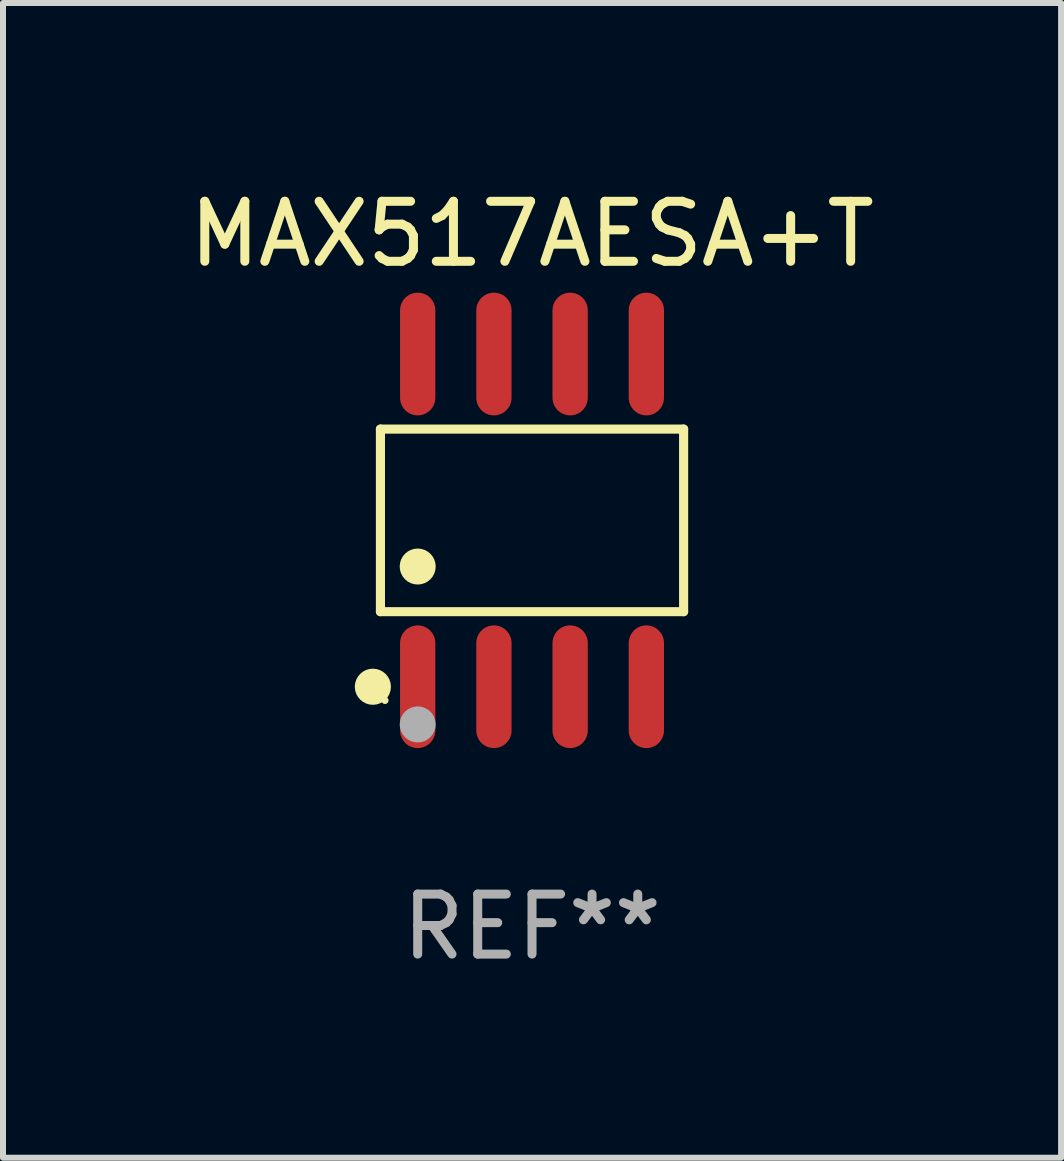
<source format=kicad_pcb>
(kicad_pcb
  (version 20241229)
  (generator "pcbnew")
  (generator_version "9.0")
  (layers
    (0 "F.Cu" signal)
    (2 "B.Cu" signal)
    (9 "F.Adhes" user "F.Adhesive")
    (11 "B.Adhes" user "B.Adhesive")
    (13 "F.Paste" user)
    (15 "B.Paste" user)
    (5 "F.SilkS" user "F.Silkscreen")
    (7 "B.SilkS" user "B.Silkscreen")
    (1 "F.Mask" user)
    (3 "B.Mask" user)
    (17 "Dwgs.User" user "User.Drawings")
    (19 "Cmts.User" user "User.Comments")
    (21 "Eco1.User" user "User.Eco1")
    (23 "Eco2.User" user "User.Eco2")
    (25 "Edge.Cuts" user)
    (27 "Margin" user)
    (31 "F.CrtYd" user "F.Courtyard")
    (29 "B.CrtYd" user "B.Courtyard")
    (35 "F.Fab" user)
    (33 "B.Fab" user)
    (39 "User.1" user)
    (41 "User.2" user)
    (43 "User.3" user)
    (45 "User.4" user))
  (footprint "MAX517AESA+T"
    (layer "F.Cu")
    (at 5.815 5.621)
    (property "Reference" "MAX517AESA+T" (at 0 -4.772 0) (layer "F.SilkS") (effects (font (size 1 1) (thickness 0.15))))
    (attr through_hole)
    (fp_line (start -2.526 -1.521) (end 2.526 -1.521) (stroke (width 0.152) (type solid)) (layer "F.SilkS"))
    (fp_line (start -2.526 1.521) (end -2.526 -1.521) (stroke (width 0.152) (type solid)) (layer "F.SilkS"))
    (fp_line (start 2.526 -1.521) (end 2.526 1.521) (stroke (width 0.152) (type solid)) (layer "F.SilkS"))
    (fp_line (start 2.526 1.521) (end -2.526 1.521) (stroke (width 0.152) (type solid)) (layer "F.SilkS"))
    (fp_circle (center -2.652 2.772) (end -2.501 2.772) (stroke (width 0.3) (type solid)) (fill no) (layer "F.SilkS"))
    (fp_circle (center -2.45 3) (end -2.42 3) (stroke (width 0.06) (type solid)) (fill no) (layer "F.SilkS"))
    (fp_circle (center -1.905 0.769) (end -1.755 0.769) (stroke (width 0.3) (type solid)) (fill no) (layer "F.SilkS"))
    (fp_circle (center -1.905 3.4) (end -1.755 3.4) (stroke (width 0.3) (type solid)) (fill no) (layer "F.Fab"))
    (fp_text user "REF**" (at 0 6.772 0) (layer "F.Fab") (effects (font (size 1 1) (thickness 0.15))))
    (pad "1" smd oval (at -1.905 2.772) (size 0.588 2.045) (layers "F.Cu" "F.Mask" "F.Paste"))
    (pad "2" smd oval (at -0.635 2.772) (size 0.588 2.045) (layers "F.Cu" "F.Mask" "F.Paste"))
    (pad "3" smd oval (at 0.635 2.772) (size 0.588 2.045) (layers "F.Cu" "F.Mask" "F.Paste"))
    (pad "4" smd oval (at 1.905 2.772) (size 0.588 2.045) (layers "F.Cu" "F.Mask" "F.Paste"))
    (pad "5" smd oval (at 1.905 -2.772) (size 0.588 2.045) (layers "F.Cu" "F.Mask" "F.Paste"))
    (pad "6" smd oval (at 0.635 -2.772) (size 0.588 2.045) (layers "F.Cu" "F.Mask" "F.Paste"))
    (pad "7" smd oval (at -0.635 -2.772) (size 0.588 2.045) (layers "F.Cu" "F.Mask" "F.Paste"))
    (pad "8" smd oval (at -1.905 -2.772) (size 0.588 2.045) (layers "F.Cu" "F.Mask" "F.Paste")))
  (gr_rect
    (start -3 -3)
    (end 14.631 16.241)
    (stroke (width 0.1) (type default))
    (fill no)
    (layer "Edge.Cuts")))
</source>
